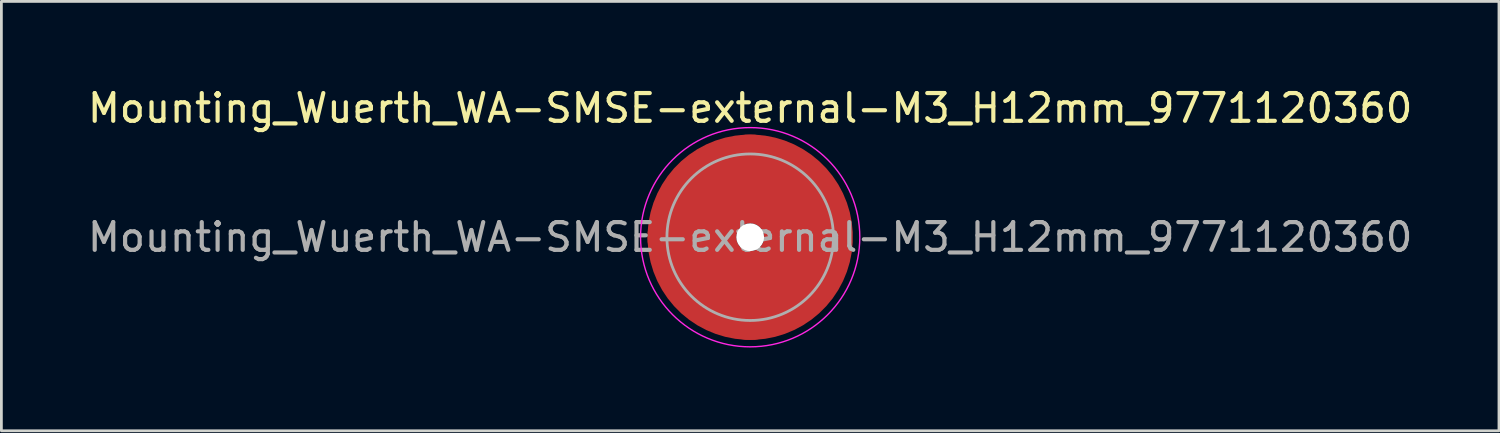
<source format=kicad_pcb>
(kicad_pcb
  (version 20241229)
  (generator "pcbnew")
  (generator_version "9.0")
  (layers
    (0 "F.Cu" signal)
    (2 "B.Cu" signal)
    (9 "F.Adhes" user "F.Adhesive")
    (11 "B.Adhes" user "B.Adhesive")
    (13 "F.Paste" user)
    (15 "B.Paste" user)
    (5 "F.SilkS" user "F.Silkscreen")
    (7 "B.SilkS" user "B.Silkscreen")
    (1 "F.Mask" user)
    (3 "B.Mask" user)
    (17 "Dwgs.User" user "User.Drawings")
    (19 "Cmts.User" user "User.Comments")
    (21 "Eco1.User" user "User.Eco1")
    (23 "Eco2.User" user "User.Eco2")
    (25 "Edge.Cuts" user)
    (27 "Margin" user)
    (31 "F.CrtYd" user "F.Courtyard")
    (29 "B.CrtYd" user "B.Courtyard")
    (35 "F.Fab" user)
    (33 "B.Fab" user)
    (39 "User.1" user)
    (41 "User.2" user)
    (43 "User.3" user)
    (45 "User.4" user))
  (footprint "Mounting_Wuerth_WA-SMSE-external-M3_H12mm_9771120360"
    (layer "F.Cu")
    (at 23.982 5.498)
    (property "Reference" "Mounting_Wuerth_WA-SMSE-external-M3_H12mm_9771120360" (at 0 -4.65 0) (layer "F.SilkS") (effects (font (size 1 1) (thickness 0.15))))
    (attr smd)
    (fp_circle (center 0 0) (end 3.95 0) (stroke (width 0.05) (type solid)) (fill no) (layer "F.CrtYd"))
    (fp_circle (center 0 0) (end 3 0) (stroke (width 0.1) (type solid)) (fill no) (layer "F.Fab"))
    (fp_text user "${REFERENCE}" (at 0 0 0) (layer "F.Fab") (effects (font (size 1 1) (thickness 0.15))))
    (pad "" smd custom (at 0 -2.1) (size 3 3) (layers "F.Paste") (options (anchor circle)) (primitives (gr_arc (start -0.429069 0.82) (mid 0 0.75) (end 0.429069 0.82) (width 1.5)) (gr_arc (start -1.664812 0.82) (mid 0 0) (end 1.664812 0.82) (width 1.5)) (gr_arc (start -2.54639 0.82) (mid 0 -0.75) (end 2.54639 0.82) (width 1.5)) (gr_line (start 0.429 0.82) (end 2.546 0.82) (width 1.5)) (gr_line (start -0.429 0.82) (end -2.546 0.82) (width 1.5))))
    (pad "" np_thru_hole circle (at 0 0) (size 1 1) (drill 1) (layers "*.Cu" "*.Mask"))
    (pad "" smd custom (at 0 2.1) (size 3 3) (layers "F.Paste") (options (anchor circle)) (primitives (gr_arc (start 0.429069 -0.82) (mid 0 -0.75) (end -0.429069 -0.82) (width 1.5)) (gr_arc (start 1.664812 -0.82) (mid 0 0) (end -1.664812 -0.82) (width 1.5)) (gr_arc (start 2.54639 -0.82) (mid 0 0.75) (end -2.54639 -0.82) (width 1.5)) (gr_line (start -0.429 -0.82) (end -2.546 -0.82) (width 1.5)) (gr_line (start 0.429 -0.82) (end 2.546 -0.82) (width 1.5))))
    (pad "1" smd circle (at -2.1 0) (size 3.2 3.2) (layers "F.Cu"))
    (pad "1" smd circle (at 0 -2.1) (size 3.2 3.2) (layers "F.Cu"))
    (pad "1" smd circle (at 0 2.1) (size 3.2 3.2) (layers "F.Cu"))
    (pad "1" smd custom (at 2.1 0) (size 3.2 3.2) (layers "F.Cu" "F.Mask") (options (anchor circle)) (primitives (gr_circle (center -2.1 0) (end 0 0) (width 3.2) (fill no)))))
  (gr_rect
    (start -3 -3)
    (end 50.964 12.473)
    (stroke (width 0.1) (type default))
    (fill no)
    (layer "Edge.Cuts")))
</source>
